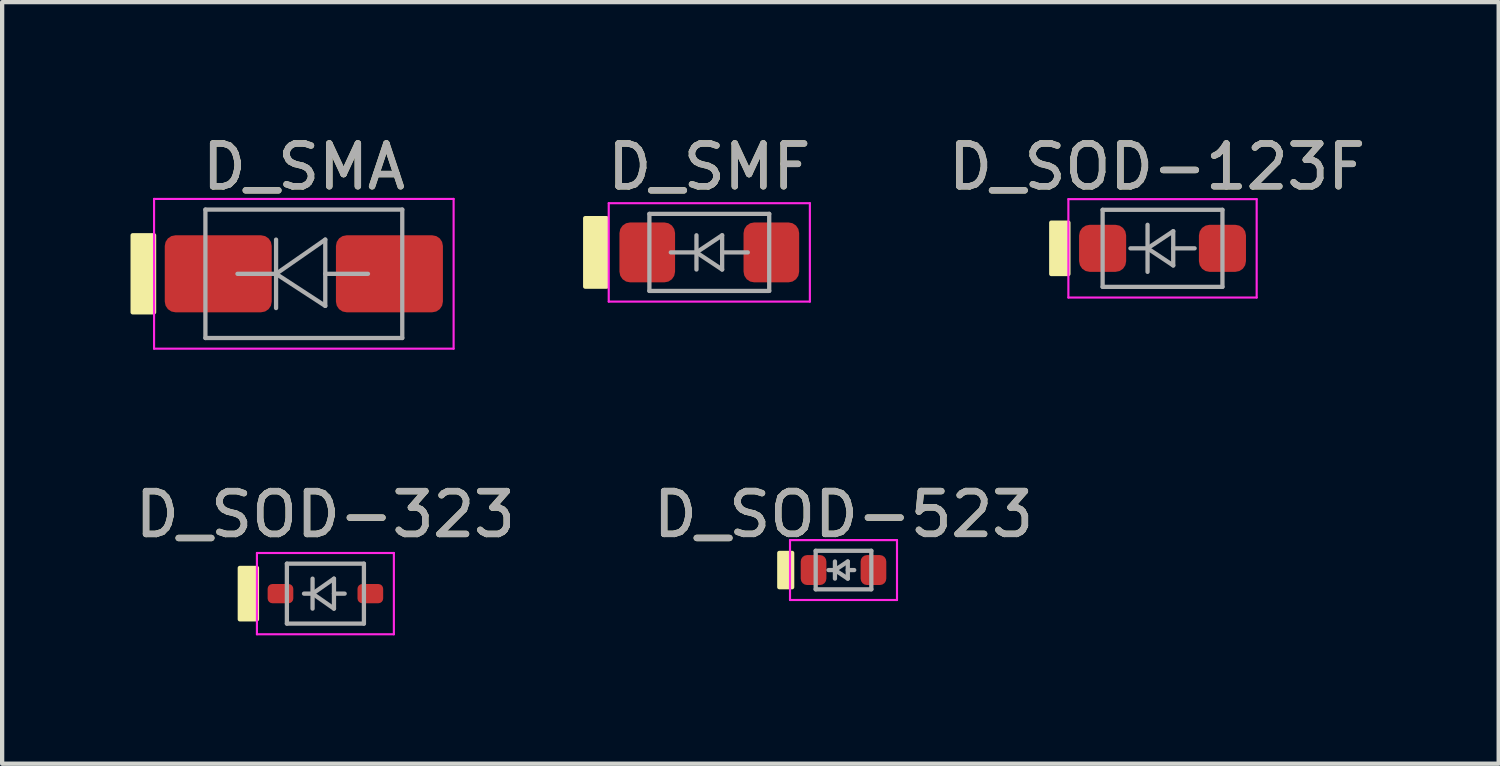
<source format=kicad_pcb>
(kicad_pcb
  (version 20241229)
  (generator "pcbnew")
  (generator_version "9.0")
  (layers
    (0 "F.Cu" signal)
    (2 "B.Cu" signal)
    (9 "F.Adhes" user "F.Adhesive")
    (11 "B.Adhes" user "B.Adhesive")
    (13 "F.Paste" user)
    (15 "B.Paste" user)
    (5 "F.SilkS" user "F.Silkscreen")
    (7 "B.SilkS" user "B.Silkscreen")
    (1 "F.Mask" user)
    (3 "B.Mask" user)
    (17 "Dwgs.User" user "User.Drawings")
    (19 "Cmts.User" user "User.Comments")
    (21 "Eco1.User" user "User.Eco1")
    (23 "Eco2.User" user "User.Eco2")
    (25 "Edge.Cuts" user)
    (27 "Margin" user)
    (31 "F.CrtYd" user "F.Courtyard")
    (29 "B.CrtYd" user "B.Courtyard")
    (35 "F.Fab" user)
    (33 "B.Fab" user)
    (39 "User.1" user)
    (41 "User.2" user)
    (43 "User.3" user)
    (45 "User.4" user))
  (footprint "D_SOD-123F"
    (layer "F.Cu")
    (at 24.116 2.753)
    (property "Reference" "D_SOD-123F" (at -0.127 -1.905 0) (layer "F.SilkS") (effects (font (size 1 1) (thickness 0.15))))
    (attr smd)
    (fp_rect (start -2.6 -0.6) (end -2.2 0.6) (stroke (width 0.1) (type solid)) (fill yes) (layer "F.SilkS"))
    (fp_line (start -2.2 -1.15) (end -2.2 1.15) (stroke (width 0.05) (type solid)) (layer "F.CrtYd"))
    (fp_line (start -2.2 -1.15) (end 2.2 -1.15) (stroke (width 0.05) (type solid)) (layer "F.CrtYd"))
    (fp_line (start 2.2 -1.15) (end 2.2 1.15) (stroke (width 0.05) (type solid)) (layer "F.CrtYd"))
    (fp_line (start 2.2 1.15) (end -2.2 1.15) (stroke (width 0.05) (type solid)) (layer "F.CrtYd"))
    (fp_line (start -1.4 -0.9) (end 1.4 -0.9) (stroke (width 0.1) (type solid)) (layer "F.Fab"))
    (fp_line (start -1.4 0.9) (end -1.4 -0.9) (stroke (width 0.1) (type solid)) (layer "F.Fab"))
    (fp_line (start -0.75 0) (end -0.35 0) (stroke (width 0.1) (type solid)) (layer "F.Fab"))
    (fp_line (start -0.35 0) (end -0.35 -0.55) (stroke (width 0.1) (type solid)) (layer "F.Fab"))
    (fp_line (start -0.35 0) (end -0.35 0.55) (stroke (width 0.1) (type solid)) (layer "F.Fab"))
    (fp_line (start -0.35 0) (end 0.25 -0.4) (stroke (width 0.1) (type solid)) (layer "F.Fab"))
    (fp_line (start 0.25 -0.4) (end 0.25 0.4) (stroke (width 0.1) (type solid)) (layer "F.Fab"))
    (fp_line (start 0.25 0) (end 0.75 0) (stroke (width 0.1) (type solid)) (layer "F.Fab"))
    (fp_line (start 0.25 0.4) (end -0.35 0) (stroke (width 0.1) (type solid)) (layer "F.Fab"))
    (fp_line (start 1.4 -0.9) (end 1.4 0.9) (stroke (width 0.1) (type solid)) (layer "F.Fab"))
    (fp_line (start 1.4 0.9) (end -1.4 0.9) (stroke (width 0.1) (type solid)) (layer "F.Fab"))
    (fp_text user "${REFERENCE}" (at -0.127 -1.905 0) (layer "F.Fab") (effects (font (size 1 1) (thickness 0.15))))
    (pad "1" smd roundrect (at -1.4 0) (size 1.1 1.1) (layers "F.Cu" "F.Mask" "F.Paste") (roundrect_rratio 0.227))
    (pad "2" smd roundrect (at 1.4 0) (size 1.1 1.1) (layers "F.Cu" "F.Mask" "F.Paste") (roundrect_rratio 0.227)))
  (footprint "D_SOD-323"
    (layer "F.Cu")
    (at 4.554 10.822)
    (property "Reference" "D_SOD-323" (at 0 -1.85 0) (layer "F.SilkS") (effects (font (size 1 1) (thickness 0.15))))
    (attr smd)
    (fp_rect (start -2 -0.6) (end -1.6 0.6) (stroke (width 0.1) (type solid)) (fill yes) (layer "F.SilkS"))
    (fp_line (start -1.6 -0.95) (end -1.6 0.95) (stroke (width 0.05) (type solid)) (layer "F.CrtYd"))
    (fp_line (start -1.6 -0.95) (end 1.6 -0.95) (stroke (width 0.05) (type solid)) (layer "F.CrtYd"))
    (fp_line (start -1.6 0.95) (end 1.6 0.95) (stroke (width 0.05) (type solid)) (layer "F.CrtYd"))
    (fp_line (start 1.6 -0.95) (end 1.6 0.95) (stroke (width 0.05) (type solid)) (layer "F.CrtYd"))
    (fp_line (start -0.9 -0.7) (end 0.9 -0.7) (stroke (width 0.1) (type solid)) (layer "F.Fab"))
    (fp_line (start -0.9 0.7) (end -0.9 -0.7) (stroke (width 0.1) (type solid)) (layer "F.Fab"))
    (fp_line (start -0.3 -0.35) (end -0.3 0.35) (stroke (width 0.1) (type solid)) (layer "F.Fab"))
    (fp_line (start -0.3 0) (end -0.5 0) (stroke (width 0.1) (type solid)) (layer "F.Fab"))
    (fp_line (start -0.3 0) (end 0.2 -0.35) (stroke (width 0.1) (type solid)) (layer "F.Fab"))
    (fp_line (start 0.2 -0.35) (end 0.2 0.35) (stroke (width 0.1) (type solid)) (layer "F.Fab"))
    (fp_line (start 0.2 0) (end 0.45 0) (stroke (width 0.1) (type solid)) (layer "F.Fab"))
    (fp_line (start 0.2 0.35) (end -0.3 0) (stroke (width 0.1) (type solid)) (layer "F.Fab"))
    (fp_line (start 0.9 -0.7) (end 0.9 0.7) (stroke (width 0.1) (type solid)) (layer "F.Fab"))
    (fp_line (start 0.9 0.7) (end -0.9 0.7) (stroke (width 0.1) (type solid)) (layer "F.Fab"))
    (fp_text user "${REFERENCE}" (at 0 -1.85 0) (layer "F.Fab") (effects (font (size 1 1) (thickness 0.15))))
    (pad "1" smd roundrect (at -1.05 0) (size 0.6 0.45) (layers "F.Cu" "F.Mask" "F.Paste") (roundrect_rratio 0.25))
    (pad "2" smd roundrect (at 1.05 0) (size 0.6 0.45) (layers "F.Cu" "F.Mask" "F.Paste") (roundrect_rratio 0.25)))
  (footprint "D_SMF"
    (layer "F.Cu")
    (at 13.525 2.848)
    (property "Reference" "D_SMF" (at 0 -2 0) (layer "F.SilkS") (effects (font (size 1 1) (thickness 0.15))))
    (attr smd)
    (fp_rect (start -2.9 -0.8) (end -2.4 0.8) (stroke (width 0.1) (type solid)) (fill yes) (layer "F.SilkS"))
    (fp_line (start -2.35 -1.15) (end 2.35 -1.15) (stroke (width 0.05) (type solid)) (layer "F.CrtYd"))
    (fp_line (start -2.35 1.15) (end -2.35 -1.15) (stroke (width 0.05) (type solid)) (layer "F.CrtYd"))
    (fp_line (start 2.35 -1.15) (end 2.35 1.15) (stroke (width 0.05) (type solid)) (layer "F.CrtYd"))
    (fp_line (start 2.35 1.15) (end -2.35 1.15) (stroke (width 0.05) (type solid)) (layer "F.CrtYd"))
    (fp_line (start -1.4 0.9) (end -1.4 -0.9) (stroke (width 0.1) (type solid)) (layer "F.Fab"))
    (fp_line (start -0.3 -0.4) (end -0.3 0.4) (stroke (width 0.1) (type solid)) (layer "F.Fab"))
    (fp_line (start -0.3 0) (end -0.9 0) (stroke (width 0.1) (type solid)) (layer "F.Fab"))
    (fp_line (start -0.3 0) (end 0.3 -0.4) (stroke (width 0.1) (type solid)) (layer "F.Fab"))
    (fp_line (start -0.3 0.001) (end 0.3 0.4) (stroke (width 0.1) (type solid)) (layer "F.Fab"))
    (fp_line (start 0.3 0) (end 0.9 0) (stroke (width 0.1) (type solid)) (layer "F.Fab"))
    (fp_line (start 0.3 0.4) (end 0.3 -0.4) (stroke (width 0.1) (type solid)) (layer "F.Fab"))
    (fp_line (start 1.4 -0.9) (end -1.4 -0.9) (stroke (width 0.1) (type solid)) (layer "F.Fab"))
    (fp_line (start 1.4 -0.9) (end 1.4 0.9) (stroke (width 0.1) (type solid)) (layer "F.Fab"))
    (fp_line (start 1.4 0.9) (end -1.4 0.9) (stroke (width 0.1) (type solid)) (layer "F.Fab"))
    (fp_text user "${REFERENCE}" (at 0 -2 0) (layer "F.Fab") (effects (font (size 1 1) (thickness 0.15))))
    (pad "1" smd roundrect (at -1.45 0) (size 1.3 1.4) (layers "F.Cu" "F.Mask" "F.Paste") (roundrect_rratio 0.192))
    (pad "2" smd roundrect (at 1.45 0) (size 1.3 1.4) (layers "F.Cu" "F.Mask" "F.Paste") (roundrect_rratio 0.192)))
  (footprint "D_SOD-523"
    (layer "F.Cu")
    (at 16.661 10.271)
    (property "Reference" "D_SOD-523" (at 0 -1.3 0) (layer "F.SilkS") (effects (font (size 1 1) (thickness 0.15))))
    (attr smd)
    (fp_rect (start -1.5 -0.4) (end -1.2 0.4) (stroke (width 0.1) (type solid)) (fill yes) (layer "F.SilkS"))
    (fp_line (start -1.25 -0.7) (end 1.25 -0.7) (stroke (width 0.05) (type solid)) (layer "F.CrtYd"))
    (fp_line (start -1.25 0.7) (end -1.25 -0.7) (stroke (width 0.05) (type solid)) (layer "F.CrtYd"))
    (fp_line (start 1.25 -0.7) (end 1.25 0.7) (stroke (width 0.05) (type solid)) (layer "F.CrtYd"))
    (fp_line (start 1.25 0.7) (end -1.25 0.7) (stroke (width 0.05) (type solid)) (layer "F.CrtYd"))
    (fp_line (start -0.65 -0.45) (end 0.65 -0.45) (stroke (width 0.1) (type solid)) (layer "F.Fab"))
    (fp_line (start -0.65 0.45) (end -0.65 -0.45) (stroke (width 0.1) (type solid)) (layer "F.Fab"))
    (fp_line (start -0.2 0) (end -0.35 0) (stroke (width 0.1) (type solid)) (layer "F.Fab"))
    (fp_line (start -0.2 0) (end 0.1 0.2) (stroke (width 0.1) (type solid)) (layer "F.Fab"))
    (fp_line (start -0.2 0.2) (end -0.2 -0.2) (stroke (width 0.1) (type solid)) (layer "F.Fab"))
    (fp_line (start 0.1 -0.2) (end -0.2 0) (stroke (width 0.1) (type solid)) (layer "F.Fab"))
    (fp_line (start 0.1 0) (end 0.25 0) (stroke (width 0.1) (type solid)) (layer "F.Fab"))
    (fp_line (start 0.1 0.2) (end 0.1 -0.2) (stroke (width 0.1) (type solid)) (layer "F.Fab"))
    (fp_line (start 0.65 -0.45) (end 0.65 0.45) (stroke (width 0.1) (type solid)) (layer "F.Fab"))
    (fp_line (start 0.65 0.45) (end -0.65 0.45) (stroke (width 0.1) (type solid)) (layer "F.Fab"))
    (fp_text user "${REFERENCE}" (at 0 -1.3 0) (layer "F.Fab") (effects (font (size 1 1) (thickness 0.15))))
    (pad "1" smd roundrect (at -0.7 0 180) (size 0.6 0.7) (layers "F.Cu" "F.Mask" "F.Paste") (roundrect_rratio 0.25))
    (pad "2" smd roundrect (at 0.7 0 180) (size 0.6 0.7) (layers "F.Cu" "F.Mask" "F.Paste") (roundrect_rratio 0.25)))
  (footprint "D_SMA"
    (layer "F.Cu")
    (at 4.05 3.348)
    (property "Reference" "D_SMA" (at 0 -2.5 0) (layer "F.SilkS") (effects (font (size 1 1) (thickness 0.15))))
    (attr smd)
    (fp_rect (start -4 -0.9) (end -3.5 0.9) (stroke (width 0.1) (type solid)) (fill yes) (layer "F.SilkS"))
    (fp_line (start -3.5 -1.75) (end 3.5 -1.75) (stroke (width 0.05) (type solid)) (layer "F.CrtYd"))
    (fp_line (start -3.5 1.75) (end -3.5 -1.75) (stroke (width 0.05) (type solid)) (layer "F.CrtYd"))
    (fp_line (start 3.5 -1.75) (end 3.5 1.75) (stroke (width 0.05) (type solid)) (layer "F.CrtYd"))
    (fp_line (start 3.5 1.75) (end -3.5 1.75) (stroke (width 0.05) (type solid)) (layer "F.CrtYd"))
    (fp_line (start -2.3 1.5) (end -2.3 -1.5) (stroke (width 0.1) (type solid)) (layer "F.Fab"))
    (fp_line (start -0.649 -0.799) (end -0.649 0.801) (stroke (width 0.1) (type solid)) (layer "F.Fab"))
    (fp_line (start -0.649 0.001) (end -1.551 0.001) (stroke (width 0.1) (type solid)) (layer "F.Fab"))
    (fp_line (start -0.649 0.001) (end 0.501 -0.799) (stroke (width 0.1) (type solid)) (layer "F.Fab"))
    (fp_line (start -0.649 0.001) (end 0.501 0.75) (stroke (width 0.1) (type solid)) (layer "F.Fab"))
    (fp_line (start 0.501 0.001) (end 1.499 0.001) (stroke (width 0.1) (type solid)) (layer "F.Fab"))
    (fp_line (start 0.501 0.75) (end 0.501 -0.799) (stroke (width 0.1) (type solid)) (layer "F.Fab"))
    (fp_line (start 2.3 -1.5) (end -2.3 -1.5) (stroke (width 0.1) (type solid)) (layer "F.Fab"))
    (fp_line (start 2.3 -1.5) (end 2.3 1.5) (stroke (width 0.1) (type solid)) (layer "F.Fab"))
    (fp_line (start 2.3 1.5) (end -2.3 1.5) (stroke (width 0.1) (type solid)) (layer "F.Fab"))
    (fp_text user "${REFERENCE}" (at 0 -2.5 0) (layer "F.Fab") (effects (font (size 1 1) (thickness 0.15))))
    (pad "1" smd roundrect (at -2 0) (size 2.5 1.8) (layers "F.Cu" "F.Mask" "F.Paste") (roundrect_rratio 0.139))
    (pad "2" smd roundrect (at 2 0) (size 2.5 1.8) (layers "F.Cu" "F.Mask" "F.Paste") (roundrect_rratio 0.139)))
  (gr_rect
    (start -3 -3)
    (end 31.971 14.796)
    (stroke (width 0.1) (type default))
    (fill no)
    (layer "Edge.Cuts")))
</source>
